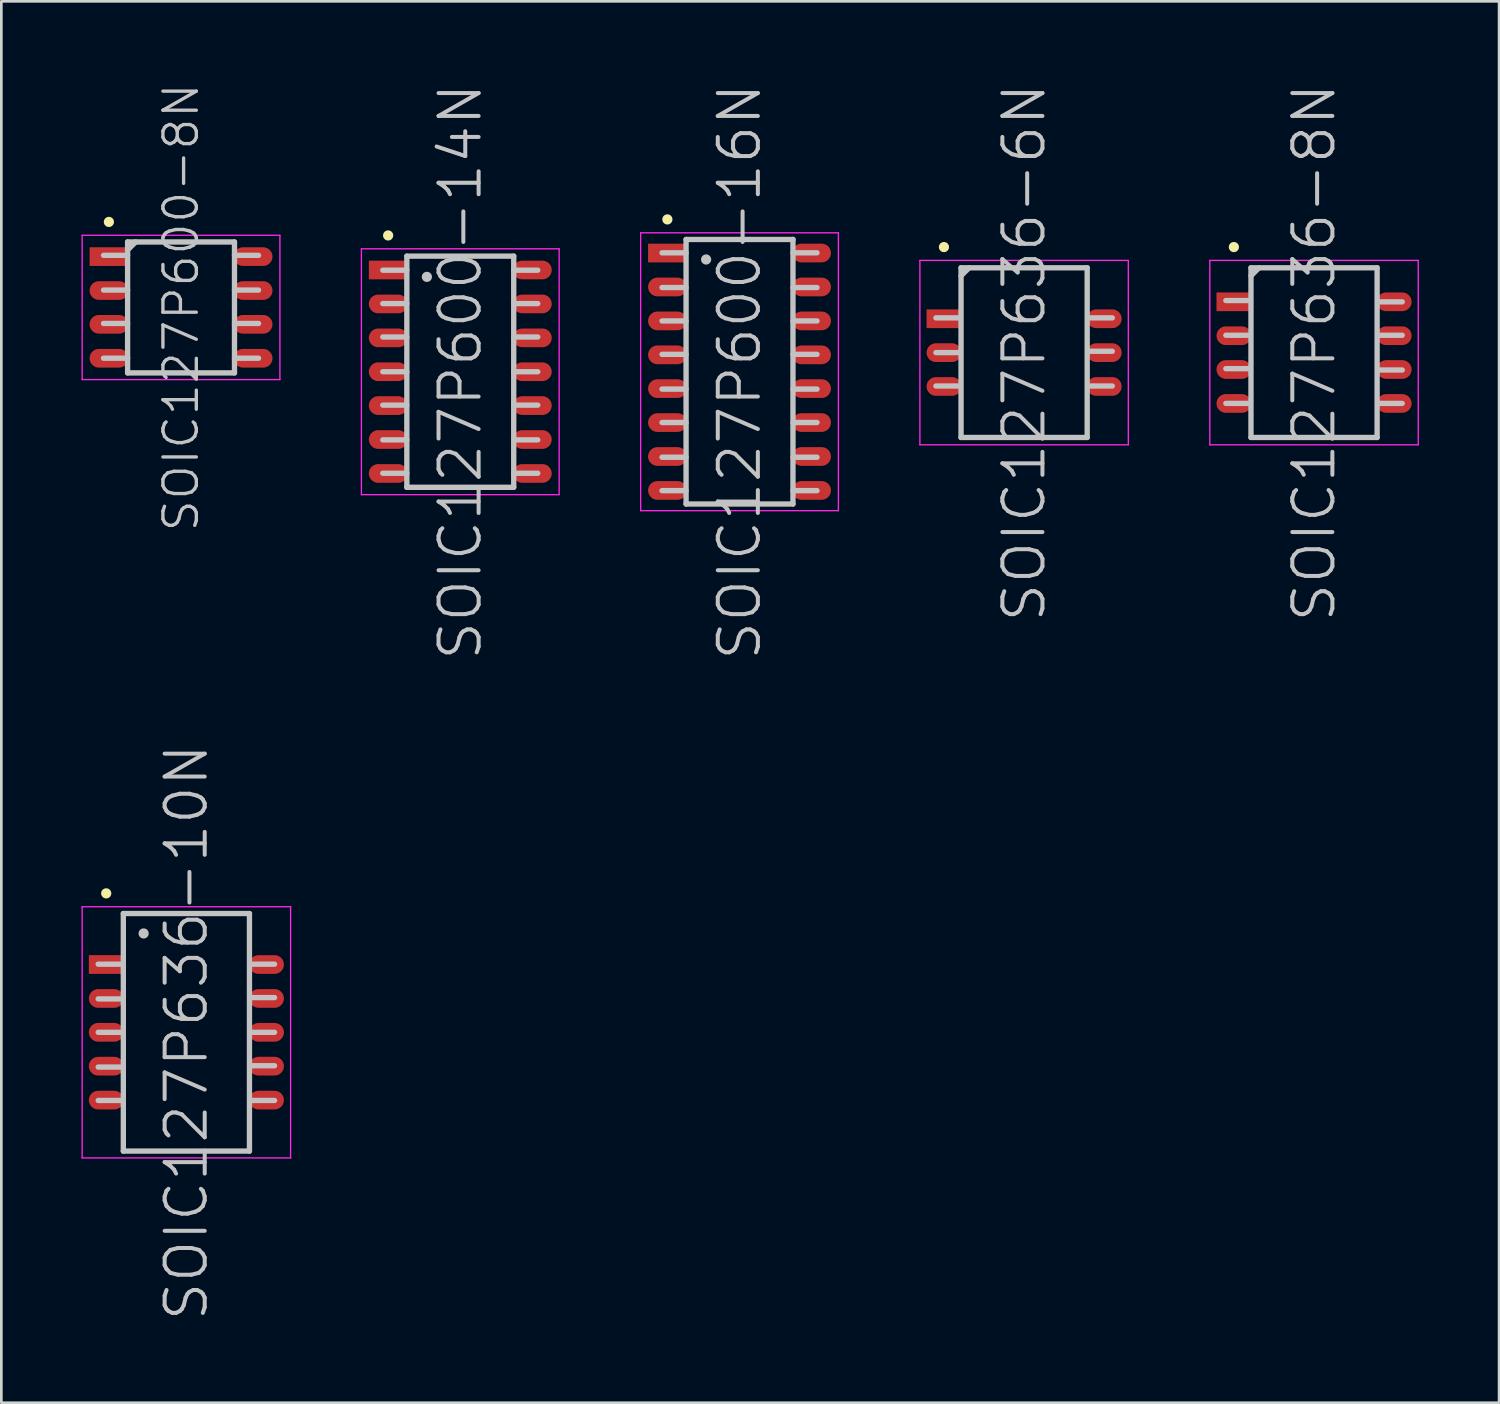
<source format=kicad_pcb>
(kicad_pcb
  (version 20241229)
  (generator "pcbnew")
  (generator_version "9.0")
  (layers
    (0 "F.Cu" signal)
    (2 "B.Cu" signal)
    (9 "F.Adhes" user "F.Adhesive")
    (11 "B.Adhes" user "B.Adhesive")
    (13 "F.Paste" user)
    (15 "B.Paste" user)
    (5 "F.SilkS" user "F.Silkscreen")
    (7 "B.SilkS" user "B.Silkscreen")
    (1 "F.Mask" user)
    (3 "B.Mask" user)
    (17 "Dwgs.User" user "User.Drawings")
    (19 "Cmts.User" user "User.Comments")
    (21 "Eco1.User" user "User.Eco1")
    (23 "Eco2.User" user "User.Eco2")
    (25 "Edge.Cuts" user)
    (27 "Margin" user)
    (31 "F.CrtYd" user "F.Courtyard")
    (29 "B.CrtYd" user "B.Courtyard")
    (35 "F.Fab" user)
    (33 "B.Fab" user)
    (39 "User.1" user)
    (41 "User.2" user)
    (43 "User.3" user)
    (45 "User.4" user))
  (footprint "SOIC127P636-8N"
    (layer "F.Cu")
    (at 46.125 10.146)
    (property "Reference" "SOIC127P636-8N" (at 0 0 90) (layer "Dwgs.User") (effects (font (size 1.5 1.5) (thickness 0.15))))
    (attr smd)
    (fp_line (start -3 -3.95) (end -3 -3.95) (stroke (width 0.381) (type solid)) (layer "F.SilkS"))
    (fp_line (start -2.4 -1.95) (end -3.3 -1.95) (stroke (width 0.2) (type solid)) (layer "Dwgs.User"))
    (fp_line (start -2.4 -0.65) (end -3.3 -0.65) (stroke (width 0.2) (type solid)) (layer "Dwgs.User"))
    (fp_line (start -2.4 0.6) (end -3.3 0.6) (stroke (width 0.2) (type solid)) (layer "Dwgs.User"))
    (fp_line (start -2.4 1.9) (end -3.3 1.9) (stroke (width 0.2) (type solid)) (layer "Dwgs.User"))
    (fp_line (start -2.36 -3.175) (end -2.36 3.175) (stroke (width 0.2) (type solid)) (layer "Dwgs.User"))
    (fp_line (start -2.36 -3.175) (end 2.36 -3.175) (stroke (width 0.2) (type solid)) (layer "Dwgs.User"))
    (fp_line (start -2.36 -2.875) (end -2.06 -3.175) (stroke (width 0.2) (type solid)) (layer "Dwgs.User"))
    (fp_line (start -2.36 3.175) (end 2.36 3.175) (stroke (width 0.2) (type solid)) (layer "Dwgs.User"))
    (fp_line (start 2.36 -3.175) (end 2.36 3.175) (stroke (width 0.2) (type solid)) (layer "Dwgs.User"))
    (fp_line (start 3.3 -1.9) (end 2.4 -1.9) (stroke (width 0.2) (type solid)) (layer "Dwgs.User"))
    (fp_line (start 3.3 -0.65) (end 2.4 -0.65) (stroke (width 0.2) (type solid)) (layer "Dwgs.User"))
    (fp_line (start 3.3 0.65) (end 2.4 0.65) (stroke (width 0.2) (type solid)) (layer "Dwgs.User"))
    (fp_line (start 3.3 1.9) (end 2.4 1.9) (stroke (width 0.2) (type solid)) (layer "Dwgs.User"))
    (fp_line (start -3.9 -3.45) (end -3.9 3.45) (stroke (width 0.05) (type solid)) (layer "F.CrtYd"))
    (fp_line (start -3.9 -3.45) (end 3.9 -3.45) (stroke (width 0.05) (type solid)) (layer "F.CrtYd"))
    (fp_line (start -3.9 3.45) (end 3.9 3.45) (stroke (width 0.05) (type solid)) (layer "F.CrtYd"))
    (fp_line (start 3.9 -3.45) (end 3.9 3.45) (stroke (width 0.05) (type solid)) (layer "F.CrtYd"))
    (pad "1" smd rect (at -3 -1.902 90) (size 0.7 1.3) (layers "F.Cu" "F.Mask" "F.Paste"))
    (pad "2" smd oval (at -3 -0.632 90) (size 0.7 1.3) (layers "F.Cu" "F.Mask" "F.Paste"))
    (pad "3" smd oval (at -3 0.632 90) (size 0.7 1.3) (layers "F.Cu" "F.Mask" "F.Paste"))
    (pad "4" smd oval (at -3 1.902 90) (size 0.7 1.3) (layers "F.Cu" "F.Mask" "F.Paste"))
    (pad "5" smd oval (at 3 1.902 270) (size 0.7 1.3) (layers "F.Cu" "F.Mask" "F.Paste"))
    (pad "6" smd oval (at 3 0.632 270) (size 0.7 1.3) (layers "F.Cu" "F.Mask" "F.Paste"))
    (pad "7" smd oval (at 3 -0.632 270) (size 0.7 1.3) (layers "F.Cu" "F.Mask" "F.Paste"))
    (pad "8" smd oval (at 3 -1.902 270) (size 0.7 1.3) (layers "F.Cu" "F.Mask" "F.Paste")))
  (footprint "SOIC127P600-16N"
    (layer "F.Cu")
    (at 24.625 10.861)
    (property "Reference" "SOIC127P600-16N" (at 0 0 90) (layer "Dwgs.User") (effects (font (size 1.5 1.5) (thickness 0.15))))
    (attr smd)
    (fp_line (start -2.7 -5.7) (end -2.7 -5.7) (stroke (width 0.381) (type solid)) (layer "F.SilkS"))
    (fp_line (start -2 -4.95) (end -2 4.95) (stroke (width 0.2) (type solid)) (layer "Dwgs.User"))
    (fp_line (start -2 -4.95) (end 2 -4.95) (stroke (width 0.2) (type solid)) (layer "Dwgs.User"))
    (fp_line (start -2 -4.45) (end -2.9 -4.45) (stroke (width 0.2) (type solid)) (layer "Dwgs.User"))
    (fp_line (start -2 -3.15) (end -2.9 -3.15) (stroke (width 0.2) (type solid)) (layer "Dwgs.User"))
    (fp_line (start -2 -1.9) (end -2.9 -1.9) (stroke (width 0.2) (type solid)) (layer "Dwgs.User"))
    (fp_line (start -2 -0.65) (end -2.9 -0.65) (stroke (width 0.2) (type solid)) (layer "Dwgs.User"))
    (fp_line (start -2 0.65) (end -2.9 0.65) (stroke (width 0.2) (type solid)) (layer "Dwgs.User"))
    (fp_line (start -2 1.9) (end -2.9 1.9) (stroke (width 0.2) (type solid)) (layer "Dwgs.User"))
    (fp_line (start -2 3.2) (end -2.9 3.2) (stroke (width 0.2) (type solid)) (layer "Dwgs.User"))
    (fp_line (start -2 4.45) (end -2.9 4.45) (stroke (width 0.2) (type solid)) (layer "Dwgs.User"))
    (fp_line (start -2 4.95) (end 2 4.95) (stroke (width 0.2) (type solid)) (layer "Dwgs.User"))
    (fp_line (start -1.25 -4.2) (end -1.25 -4.2) (stroke (width 0.381) (type solid)) (layer "Dwgs.User"))
    (fp_line (start 2 -4.95) (end 2 4.95) (stroke (width 0.2) (type solid)) (layer "Dwgs.User"))
    (fp_line (start 2.9 -4.45) (end 2 -4.45) (stroke (width 0.2) (type solid)) (layer "Dwgs.User"))
    (fp_line (start 2.9 -3.15) (end 2 -3.15) (stroke (width 0.2) (type solid)) (layer "Dwgs.User"))
    (fp_line (start 2.9 -1.9) (end 2 -1.9) (stroke (width 0.2) (type solid)) (layer "Dwgs.User"))
    (fp_line (start 2.9 -0.65) (end 2 -0.65) (stroke (width 0.2) (type solid)) (layer "Dwgs.User"))
    (fp_line (start 2.9 0.65) (end 2 0.65) (stroke (width 0.2) (type solid)) (layer "Dwgs.User"))
    (fp_line (start 2.9 1.9) (end 2 1.9) (stroke (width 0.2) (type solid)) (layer "Dwgs.User"))
    (fp_line (start 2.9 3.2) (end 2 3.2) (stroke (width 0.2) (type solid)) (layer "Dwgs.User"))
    (fp_line (start 2.9 4.45) (end 2 4.45) (stroke (width 0.2) (type solid)) (layer "Dwgs.User"))
    (fp_line (start -3.7 -5.2) (end -3.7 5.2) (stroke (width 0.05) (type solid)) (layer "F.CrtYd"))
    (fp_line (start -3.7 -5.2) (end 3.7 -5.2) (stroke (width 0.05) (type solid)) (layer "F.CrtYd"))
    (fp_line (start -3.7 5.2) (end 3.7 5.2) (stroke (width 0.05) (type solid)) (layer "F.CrtYd"))
    (fp_line (start 3.7 -5.2) (end 3.7 5.2) (stroke (width 0.05) (type solid)) (layer "F.CrtYd"))
    (pad "1" smd rect (at -2.697 -4.442 90) (size 0.7 1.45) (layers "F.Cu" "F.Mask" "F.Paste"))
    (pad "2" smd oval (at -2.697 -3.172 90) (size 0.7 1.45) (layers "F.Cu" "F.Mask" "F.Paste"))
    (pad "3" smd oval (at -2.697 -1.902 90) (size 0.7 1.45) (layers "F.Cu" "F.Mask" "F.Paste"))
    (pad "4" smd oval (at -2.697 -0.632 90) (size 0.7 1.45) (layers "F.Cu" "F.Mask" "F.Paste"))
    (pad "5" smd oval (at -2.697 0.632 90) (size 0.7 1.45) (layers "F.Cu" "F.Mask" "F.Paste"))
    (pad "6" smd oval (at -2.697 1.902 90) (size 0.7 1.45) (layers "F.Cu" "F.Mask" "F.Paste"))
    (pad "7" smd oval (at -2.697 3.172 90) (size 0.7 1.45) (layers "F.Cu" "F.Mask" "F.Paste"))
    (pad "8" smd oval (at -2.697 4.442 90) (size 0.7 1.45) (layers "F.Cu" "F.Mask" "F.Paste"))
    (pad "9" smd oval (at 2.697 4.442 270) (size 0.7 1.45) (layers "F.Cu" "F.Mask" "F.Paste"))
    (pad "10" smd oval (at 2.697 3.172 270) (size 0.7 1.45) (layers "F.Cu" "F.Mask" "F.Paste"))
    (pad "11" smd oval (at 2.697 1.902 270) (size 0.7 1.45) (layers "F.Cu" "F.Mask" "F.Paste"))
    (pad "12" smd oval (at 2.697 0.632 270) (size 0.7 1.45) (layers "F.Cu" "F.Mask" "F.Paste"))
    (pad "13" smd oval (at 2.697 -0.632 270) (size 0.7 1.45) (layers "F.Cu" "F.Mask" "F.Paste"))
    (pad "14" smd oval (at 2.697 -1.902 270) (size 0.7 1.45) (layers "F.Cu" "F.Mask" "F.Paste"))
    (pad "15" smd oval (at 2.697 -3.172 270) (size 0.7 1.45) (layers "F.Cu" "F.Mask" "F.Paste"))
    (pad "16" smd oval (at 2.697 -4.442 270) (size 0.7 1.45) (layers "F.Cu" "F.Mask" "F.Paste")))
  (footprint "SOIC127P636-10N"
    (layer "F.Cu")
    (at 3.925 35.582)
    (property "Reference" "SOIC127P636-10N" (at 0 0 90) (layer "Dwgs.User") (effects (font (size 1.5 1.5) (thickness 0.15))))
    (attr smd)
    (fp_line (start -3 -5.2) (end -3 -5.2) (stroke (width 0.381) (type solid)) (layer "F.SilkS"))
    (fp_line (start -2.4 -2.55) (end -3.3 -2.55) (stroke (width 0.2) (type solid)) (layer "Dwgs.User"))
    (fp_line (start -2.4 -1.25) (end -3.3 -1.25) (stroke (width 0.2) (type solid)) (layer "Dwgs.User"))
    (fp_line (start -2.4 0) (end -3.3 0) (stroke (width 0.2) (type solid)) (layer "Dwgs.User"))
    (fp_line (start -2.4 1.3) (end -3.3 1.3) (stroke (width 0.2) (type solid)) (layer "Dwgs.User"))
    (fp_line (start -2.4 2.55) (end -3.3 2.55) (stroke (width 0.2) (type solid)) (layer "Dwgs.User"))
    (fp_line (start -2.36 -4.445) (end -2.36 4.445) (stroke (width 0.2) (type solid)) (layer "Dwgs.User"))
    (fp_line (start -2.36 -4.445) (end 2.36 -4.445) (stroke (width 0.2) (type solid)) (layer "Dwgs.User"))
    (fp_line (start -2.36 4.445) (end 2.36 4.445) (stroke (width 0.2) (type solid)) (layer "Dwgs.User"))
    (fp_line (start -1.6 -3.7) (end -1.6 -3.7) (stroke (width 0.381) (type solid)) (layer "Dwgs.User"))
    (fp_line (start 2.36 -4.445) (end 2.36 4.445) (stroke (width 0.2) (type solid)) (layer "Dwgs.User"))
    (fp_line (start 3.3 -2.55) (end 2.4 -2.55) (stroke (width 0.2) (type solid)) (layer "Dwgs.User"))
    (fp_line (start 3.3 -1.3) (end 2.4 -1.3) (stroke (width 0.2) (type solid)) (layer "Dwgs.User"))
    (fp_line (start 3.3 0) (end 2.4 0) (stroke (width 0.2) (type solid)) (layer "Dwgs.User"))
    (fp_line (start 3.3 1.25) (end 2.4 1.25) (stroke (width 0.2) (type solid)) (layer "Dwgs.User"))
    (fp_line (start 3.3 2.55) (end 2.4 2.55) (stroke (width 0.2) (type solid)) (layer "Dwgs.User"))
    (fp_line (start -3.9 -4.7) (end -3.9 4.7) (stroke (width 0.05) (type solid)) (layer "F.CrtYd"))
    (fp_line (start -3.9 -4.7) (end 3.9 -4.7) (stroke (width 0.05) (type solid)) (layer "F.CrtYd"))
    (fp_line (start -3.9 4.7) (end 3.9 4.7) (stroke (width 0.05) (type solid)) (layer "F.CrtYd"))
    (fp_line (start 3.9 -4.7) (end 3.9 4.7) (stroke (width 0.05) (type solid)) (layer "F.CrtYd"))
    (pad "1" smd rect (at -3 -2.537 90) (size 0.7 1.3) (layers "F.Cu" "F.Mask" "F.Paste"))
    (pad "2" smd oval (at -3 -1.267 90) (size 0.7 1.3) (layers "F.Cu" "F.Mask" "F.Paste"))
    (pad "3" smd oval (at -3 0 90) (size 0.7 1.3) (layers "F.Cu" "F.Mask" "F.Paste"))
    (pad "4" smd oval (at -3 1.267 90) (size 0.7 1.3) (layers "F.Cu" "F.Mask" "F.Paste"))
    (pad "5" smd oval (at -3 2.537 90) (size 0.7 1.3) (layers "F.Cu" "F.Mask" "F.Paste"))
    (pad "6" smd oval (at 3 2.537 270) (size 0.7 1.3) (layers "F.Cu" "F.Mask" "F.Paste"))
    (pad "7" smd oval (at 3 1.267 270) (size 0.7 1.3) (layers "F.Cu" "F.Mask" "F.Paste"))
    (pad "8" smd oval (at 3 0 270) (size 0.7 1.3) (layers "F.Cu" "F.Mask" "F.Paste"))
    (pad "9" smd oval (at 3 -1.267 270) (size 0.7 1.3) (layers "F.Cu" "F.Mask" "F.Paste"))
    (pad "10" smd oval (at 3 -2.537 270) (size 0.7 1.3) (layers "F.Cu" "F.Mask" "F.Paste")))
  (footprint "SOIC127P600-14N"
    (layer "F.Cu")
    (at 14.175 10.861)
    (property "Reference" "SOIC127P600-14N" (at 0 0 90) (layer "Dwgs.User") (effects (font (size 1.5 1.5) (thickness 0.15))))
    (attr smd)
    (fp_line (start -2.7 -5.1) (end -2.7 -5.1) (stroke (width 0.381) (type solid)) (layer "F.SilkS"))
    (fp_line (start -2 -4.325) (end -2 4.325) (stroke (width 0.2) (type solid)) (layer "Dwgs.User"))
    (fp_line (start -2 -4.325) (end 2 -4.325) (stroke (width 0.2) (type solid)) (layer "Dwgs.User"))
    (fp_line (start -2 -3.8) (end -2.9 -3.8) (stroke (width 0.2) (type solid)) (layer "Dwgs.User"))
    (fp_line (start -2 -2.55) (end -2.9 -2.55) (stroke (width 0.2) (type solid)) (layer "Dwgs.User"))
    (fp_line (start -2 -1.3) (end -2.9 -1.3) (stroke (width 0.2) (type solid)) (layer "Dwgs.User"))
    (fp_line (start -2 0) (end -2.9 0) (stroke (width 0.2) (type solid)) (layer "Dwgs.User"))
    (fp_line (start -2 1.25) (end -2.9 1.25) (stroke (width 0.2) (type solid)) (layer "Dwgs.User"))
    (fp_line (start -2 2.55) (end -2.9 2.55) (stroke (width 0.2) (type solid)) (layer "Dwgs.User"))
    (fp_line (start -2 3.8) (end -2.9 3.8) (stroke (width 0.2) (type solid)) (layer "Dwgs.User"))
    (fp_line (start -2 4.325) (end 2 4.325) (stroke (width 0.2) (type solid)) (layer "Dwgs.User"))
    (fp_line (start -1.25 -3.55) (end -1.25 -3.55) (stroke (width 0.381) (type solid)) (layer "Dwgs.User"))
    (fp_line (start 2 -4.325) (end 2 4.325) (stroke (width 0.2) (type solid)) (layer "Dwgs.User"))
    (fp_line (start 2.9 -3.8) (end 2 -3.8) (stroke (width 0.2) (type solid)) (layer "Dwgs.User"))
    (fp_line (start 2.9 -2.55) (end 2 -2.55) (stroke (width 0.2) (type solid)) (layer "Dwgs.User"))
    (fp_line (start 2.9 -1.3) (end 2 -1.3) (stroke (width 0.2) (type solid)) (layer "Dwgs.User"))
    (fp_line (start 2.9 0) (end 2 0) (stroke (width 0.2) (type solid)) (layer "Dwgs.User"))
    (fp_line (start 2.9 1.25) (end 2 1.25) (stroke (width 0.2) (type solid)) (layer "Dwgs.User"))
    (fp_line (start 2.9 2.55) (end 2 2.55) (stroke (width 0.2) (type solid)) (layer "Dwgs.User"))
    (fp_line (start 2.9 3.8) (end 2 3.8) (stroke (width 0.2) (type solid)) (layer "Dwgs.User"))
    (fp_line (start -3.7 -4.6) (end -3.7 4.6) (stroke (width 0.05) (type solid)) (layer "F.CrtYd"))
    (fp_line (start -3.7 -4.6) (end 3.7 -4.6) (stroke (width 0.05) (type solid)) (layer "F.CrtYd"))
    (fp_line (start -3.7 4.6) (end 3.7 4.6) (stroke (width 0.05) (type solid)) (layer "F.CrtYd"))
    (fp_line (start 3.7 -4.6) (end 3.7 4.6) (stroke (width 0.05) (type solid)) (layer "F.CrtYd"))
    (pad "1" smd rect (at -2.697 -3.807 90) (size 0.7 1.45) (layers "F.Cu" "F.Mask" "F.Paste"))
    (pad "2" smd oval (at -2.697 -2.537 90) (size 0.7 1.45) (layers "F.Cu" "F.Mask" "F.Paste"))
    (pad "3" smd oval (at -2.697 -1.267 90) (size 0.7 1.45) (layers "F.Cu" "F.Mask" "F.Paste"))
    (pad "4" smd oval (at -2.697 0 90) (size 0.7 1.45) (layers "F.Cu" "F.Mask" "F.Paste"))
    (pad "5" smd oval (at -2.697 1.267 90) (size 0.7 1.45) (layers "F.Cu" "F.Mask" "F.Paste"))
    (pad "6" smd oval (at -2.697 2.537 90) (size 0.7 1.45) (layers "F.Cu" "F.Mask" "F.Paste"))
    (pad "7" smd oval (at -2.697 3.807 90) (size 0.7 1.45) (layers "F.Cu" "F.Mask" "F.Paste"))
    (pad "8" smd oval (at 2.697 3.807 270) (size 0.7 1.45) (layers "F.Cu" "F.Mask" "F.Paste"))
    (pad "9" smd oval (at 2.697 2.537 270) (size 0.7 1.45) (layers "F.Cu" "F.Mask" "F.Paste"))
    (pad "10" smd oval (at 2.697 1.267 270) (size 0.7 1.45) (layers "F.Cu" "F.Mask" "F.Paste"))
    (pad "11" smd oval (at 2.697 0 270) (size 0.7 1.45) (layers "F.Cu" "F.Mask" "F.Paste"))
    (pad "12" smd oval (at 2.697 -1.267 270) (size 0.7 1.45) (layers "F.Cu" "F.Mask" "F.Paste"))
    (pad "13" smd oval (at 2.697 -2.537 270) (size 0.7 1.45) (layers "F.Cu" "F.Mask" "F.Paste"))
    (pad "14" smd oval (at 2.697 -3.807 270) (size 0.7 1.45) (layers "F.Cu" "F.Mask" "F.Paste")))
  (footprint "SOIC127P636-6N"
    (layer "F.Cu")
    (at 35.275 10.146)
    (property "Reference" "SOIC127P636-6N" (at 0 0 90) (layer "Dwgs.User") (effects (font (size 1.5 1.5) (thickness 0.15))))
    (attr smd)
    (fp_line (start -3 -3.95) (end -3 -3.95) (stroke (width 0.381) (type solid)) (layer "F.SilkS"))
    (fp_line (start -2.4 -1.3) (end -3.3 -1.3) (stroke (width 0.2) (type solid)) (layer "Dwgs.User"))
    (fp_line (start -2.4 0) (end -3.3 0) (stroke (width 0.2) (type solid)) (layer "Dwgs.User"))
    (fp_line (start -2.4 1.25) (end -3.3 1.25) (stroke (width 0.2) (type solid)) (layer "Dwgs.User"))
    (fp_line (start -2.36 -3.175) (end -2.36 3.175) (stroke (width 0.2) (type solid)) (layer "Dwgs.User"))
    (fp_line (start -2.36 -3.175) (end 2.36 -3.175) (stroke (width 0.2) (type solid)) (layer "Dwgs.User"))
    (fp_line (start -2.36 -2.875) (end -2.06 -3.175) (stroke (width 0.2) (type solid)) (layer "Dwgs.User"))
    (fp_line (start -2.36 3.175) (end 2.36 3.175) (stroke (width 0.2) (type solid)) (layer "Dwgs.User"))
    (fp_line (start 2.36 -3.175) (end 2.36 3.175) (stroke (width 0.2) (type solid)) (layer "Dwgs.User"))
    (fp_line (start 3.3 -1.3) (end 2.4 -1.3) (stroke (width 0.2) (type solid)) (layer "Dwgs.User"))
    (fp_line (start 3.3 -0.05) (end 2.4 -0.05) (stroke (width 0.2) (type solid)) (layer "Dwgs.User"))
    (fp_line (start 3.3 1.25) (end 2.4 1.25) (stroke (width 0.2) (type solid)) (layer "Dwgs.User"))
    (fp_line (start -3.9 -3.45) (end -3.9 3.45) (stroke (width 0.05) (type solid)) (layer "F.CrtYd"))
    (fp_line (start -3.9 -3.45) (end 3.9 -3.45) (stroke (width 0.05) (type solid)) (layer "F.CrtYd"))
    (fp_line (start -3.9 3.45) (end 3.9 3.45) (stroke (width 0.05) (type solid)) (layer "F.CrtYd"))
    (fp_line (start 3.9 -3.45) (end 3.9 3.45) (stroke (width 0.05) (type solid)) (layer "F.CrtYd"))
    (pad "1" smd rect (at -3 -1.267 90) (size 0.7 1.3) (layers "F.Cu" "F.Mask" "F.Paste"))
    (pad "2" smd oval (at -3 0 90) (size 0.7 1.3) (layers "F.Cu" "F.Mask" "F.Paste"))
    (pad "3" smd oval (at -3 1.267 90) (size 0.7 1.3) (layers "F.Cu" "F.Mask" "F.Paste"))
    (pad "4" smd oval (at 3 1.267 270) (size 0.7 1.3) (layers "F.Cu" "F.Mask" "F.Paste"))
    (pad "5" smd oval (at 3 0 270) (size 0.7 1.3) (layers "F.Cu" "F.Mask" "F.Paste"))
    (pad "6" smd oval (at 3 -1.267 270) (size 0.7 1.3) (layers "F.Cu" "F.Mask" "F.Paste")))
  (footprint "SOIC127P600-8N"
    (layer "F.Cu")
    (at 3.725 8.455)
    (property "Reference" "SOIC127P600-8N" (at 0 0 90) (layer "Dwgs.User") (effects (font (size 1.25 1.25) (thickness 0.125))))
    (attr smd)
    (fp_line (start -2.7 -3.2) (end -2.7 -3.2) (stroke (width 0.381) (type solid)) (layer "F.SilkS"))
    (fp_line (start -2 -2.45) (end -2 2.45) (stroke (width 0.2) (type solid)) (layer "Dwgs.User"))
    (fp_line (start -2 -2.45) (end 2 -2.45) (stroke (width 0.2) (type solid)) (layer "Dwgs.User"))
    (fp_line (start -2 -2.15) (end -1.7 -2.45) (stroke (width 0.2) (type solid)) (layer "Dwgs.User"))
    (fp_line (start -2 -1.95) (end -2.9 -1.95) (stroke (width 0.2) (type solid)) (layer "Dwgs.User"))
    (fp_line (start -2 -0.65) (end -2.9 -0.65) (stroke (width 0.2) (type solid)) (layer "Dwgs.User"))
    (fp_line (start -2 0.6) (end -2.9 0.6) (stroke (width 0.2) (type solid)) (layer "Dwgs.User"))
    (fp_line (start -2 1.9) (end -2.9 1.9) (stroke (width 0.2) (type solid)) (layer "Dwgs.User"))
    (fp_line (start -2 2.45) (end 2 2.45) (stroke (width 0.2) (type solid)) (layer "Dwgs.User"))
    (fp_line (start 2 -2.45) (end 2 2.45) (stroke (width 0.2) (type solid)) (layer "Dwgs.User"))
    (fp_line (start 2.9 -1.95) (end 2 -1.95) (stroke (width 0.2) (type solid)) (layer "Dwgs.User"))
    (fp_line (start 2.9 -0.65) (end 2 -0.65) (stroke (width 0.2) (type solid)) (layer "Dwgs.User"))
    (fp_line (start 2.9 0.6) (end 2 0.6) (stroke (width 0.2) (type solid)) (layer "Dwgs.User"))
    (fp_line (start 2.9 1.9) (end 2 1.9) (stroke (width 0.2) (type solid)) (layer "Dwgs.User"))
    (fp_line (start -3.7 -2.7) (end -3.7 2.7) (stroke (width 0.05) (type solid)) (layer "F.CrtYd"))
    (fp_line (start -3.7 -2.7) (end 3.7 -2.7) (stroke (width 0.05) (type solid)) (layer "F.CrtYd"))
    (fp_line (start -3.7 2.7) (end 3.7 2.7) (stroke (width 0.05) (type solid)) (layer "F.CrtYd"))
    (fp_line (start 3.7 -2.7) (end 3.7 2.7) (stroke (width 0.05) (type solid)) (layer "F.CrtYd"))
    (pad "1" smd rect (at -2.697 -1.902 90) (size 0.7 1.45) (layers "F.Cu" "F.Mask" "F.Paste"))
    (pad "2" smd oval (at -2.697 -0.632 90) (size 0.7 1.45) (layers "F.Cu" "F.Mask" "F.Paste"))
    (pad "3" smd oval (at -2.697 0.632 90) (size 0.7 1.45) (layers "F.Cu" "F.Mask" "F.Paste"))
    (pad "4" smd oval (at -2.697 1.902 90) (size 0.7 1.45) (layers "F.Cu" "F.Mask" "F.Paste"))
    (pad "5" smd oval (at 2.697 1.902 270) (size 0.7 1.45) (layers "F.Cu" "F.Mask" "F.Paste"))
    (pad "6" smd oval (at 2.697 0.632 270) (size 0.7 1.45) (layers "F.Cu" "F.Mask" "F.Paste"))
    (pad "7" smd oval (at 2.697 -0.632 270) (size 0.7 1.45) (layers "F.Cu" "F.Mask" "F.Paste"))
    (pad "8" smd oval (at 2.697 -1.902 270) (size 0.7 1.45) (layers "F.Cu" "F.Mask" "F.Paste")))
  (gr_rect
    (start -3 -3)
    (end 53.05 49.443)
    (stroke (width 0.1) (type default))
    (fill no)
    (layer "Edge.Cuts")))
</source>
